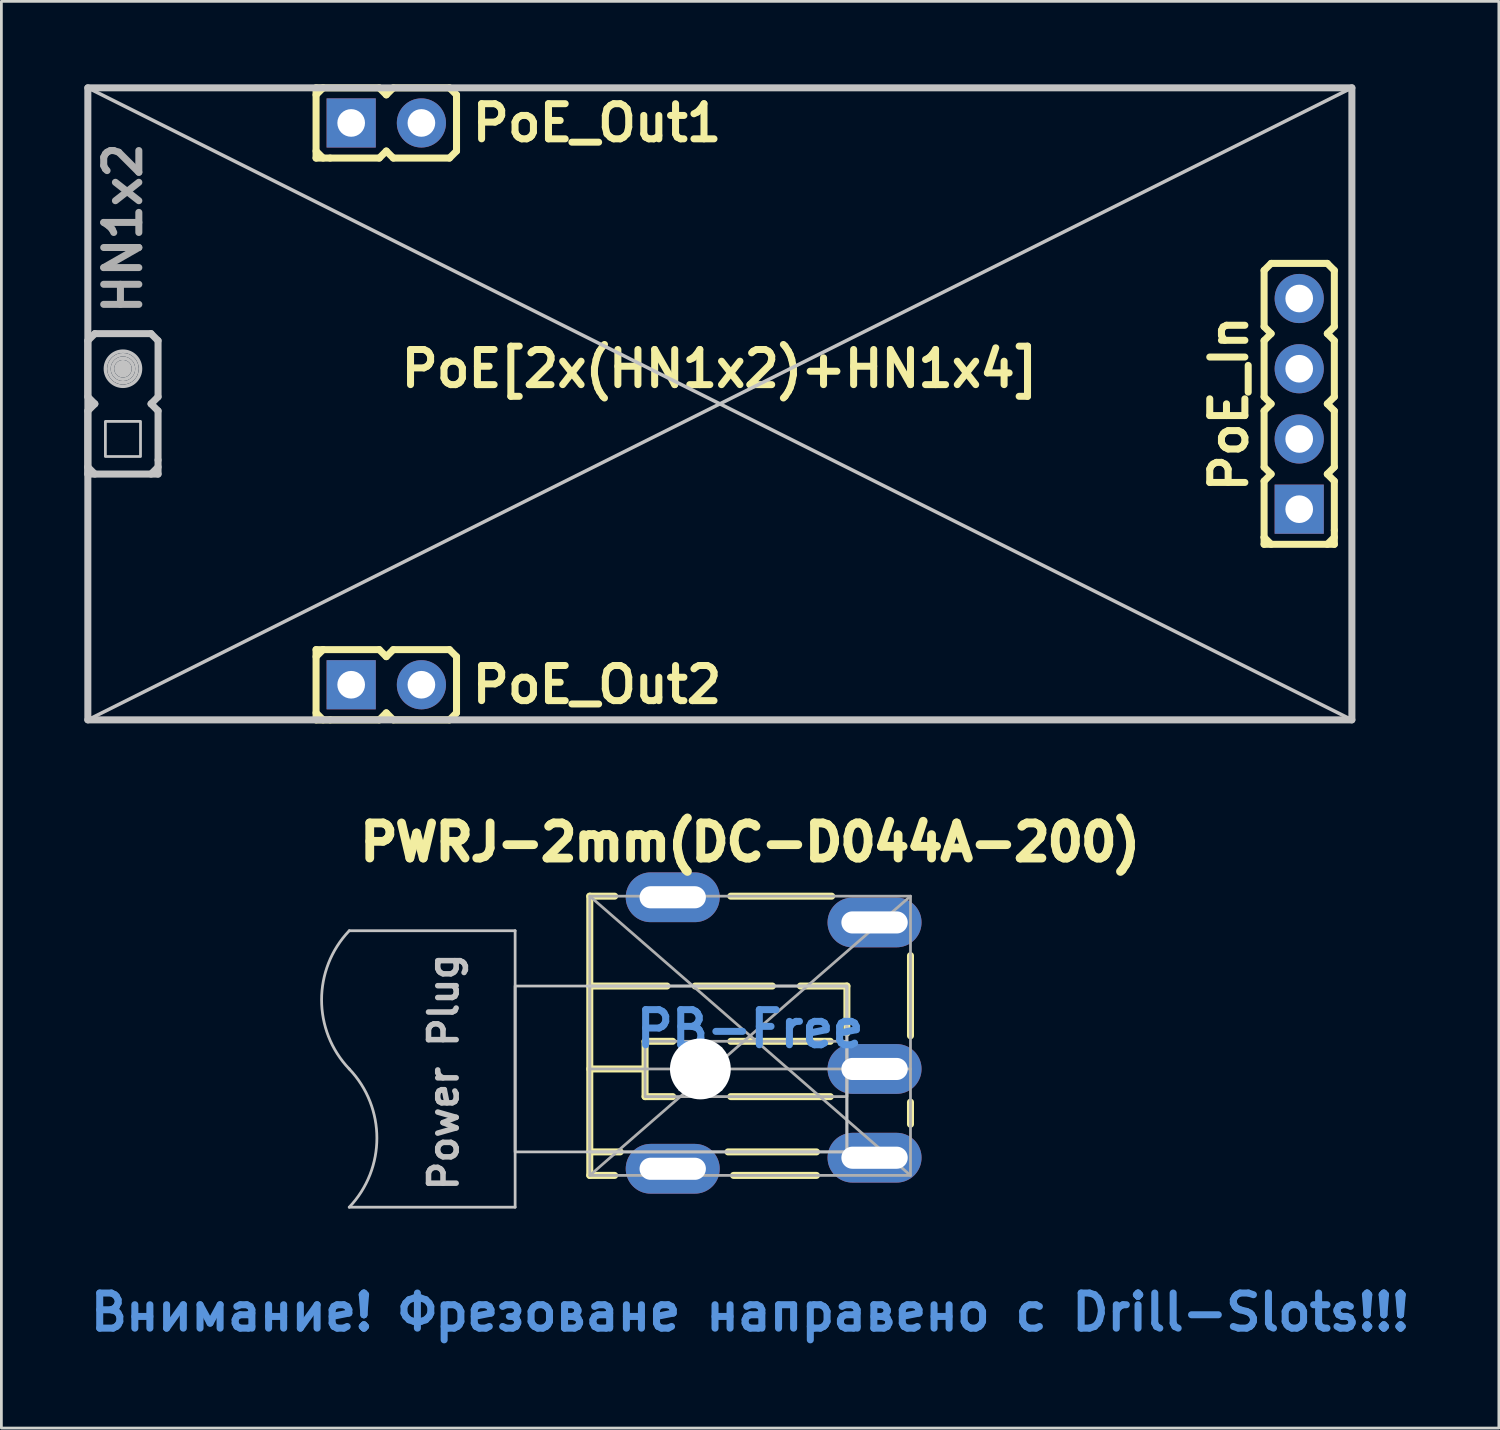
<source format=kicad_pcb>
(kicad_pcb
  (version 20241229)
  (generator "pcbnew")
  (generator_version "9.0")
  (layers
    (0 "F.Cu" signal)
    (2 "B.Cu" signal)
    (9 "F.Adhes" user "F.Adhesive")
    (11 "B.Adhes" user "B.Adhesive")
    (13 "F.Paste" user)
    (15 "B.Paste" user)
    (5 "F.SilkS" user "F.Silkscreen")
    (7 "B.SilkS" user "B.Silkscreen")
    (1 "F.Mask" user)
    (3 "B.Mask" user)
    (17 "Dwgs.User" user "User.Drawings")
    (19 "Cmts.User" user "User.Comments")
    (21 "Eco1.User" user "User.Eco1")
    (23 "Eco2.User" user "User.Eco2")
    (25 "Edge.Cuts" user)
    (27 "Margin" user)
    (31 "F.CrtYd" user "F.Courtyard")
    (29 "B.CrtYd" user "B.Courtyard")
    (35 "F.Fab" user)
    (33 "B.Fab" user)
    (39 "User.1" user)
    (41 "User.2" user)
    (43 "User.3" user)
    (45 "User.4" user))
  (footprint "PoE[2x(HN1x2)+HN1x4]"
    (layer "F.Cu")
    (at 22.987 11.557)
    (property "Reference" "PoE[2x(HN1x2)+HN1x4]" (at 0 -1.27 0) (unlocked yes) (layer "F.SilkS") (effects (font (size 1.27 1.27) (thickness 0.254))))
    (attr through_hole)
    (fp_line (start -14.605 -11.43) (end -14.605 -8.89) (stroke (width 0.254) (type solid)) (layer "F.SilkS"))
    (fp_line (start -14.605 -11.43) (end -14.351 -11.43) (stroke (width 0.254) (type solid)) (layer "F.SilkS"))
    (fp_line (start -14.605 -11.176) (end -14.351 -11.43) (stroke (width 0.254) (type solid)) (layer "F.SilkS"))
    (fp_line (start -14.605 8.89) (end -14.605 11.43) (stroke (width 0.254) (type solid)) (layer "F.SilkS"))
    (fp_line (start -14.605 8.89) (end -14.351 8.89) (stroke (width 0.254) (type solid)) (layer "F.SilkS"))
    (fp_line (start -14.605 9.144) (end -14.351 8.89) (stroke (width 0.254) (type solid)) (layer "F.SilkS"))
    (fp_line (start -14.351 -11.43) (end -12.319 -11.43) (stroke (width 0.254) (type solid)) (layer "F.SilkS"))
    (fp_line (start -14.351 -8.89) (end -14.605 -9.144) (stroke (width 0.254) (type solid)) (layer "F.SilkS"))
    (fp_line (start -14.351 8.89) (end -12.319 8.89) (stroke (width 0.254) (type solid)) (layer "F.SilkS"))
    (fp_line (start -14.351 11.43) (end -14.605 11.176) (stroke (width 0.254) (type solid)) (layer "F.SilkS"))
    (fp_line (start -14.097 -8.89) (end -14.605 -8.89) (stroke (width 0.254) (type solid)) (layer "F.SilkS"))
    (fp_line (start -14.097 11.43) (end -14.605 11.43) (stroke (width 0.254) (type solid)) (layer "F.SilkS"))
    (fp_line (start -12.319 -11.43) (end -12.065 -11.176) (stroke (width 0.254) (type solid)) (layer "F.SilkS"))
    (fp_line (start -12.319 -8.89) (end -14.097 -8.89) (stroke (width 0.254) (type solid)) (layer "F.SilkS"))
    (fp_line (start -12.319 8.89) (end -12.065 9.144) (stroke (width 0.254) (type solid)) (layer "F.SilkS"))
    (fp_line (start -12.319 11.43) (end -14.097 11.43) (stroke (width 0.254) (type solid)) (layer "F.SilkS"))
    (fp_line (start -12.065 -11.176) (end -11.811 -11.43) (stroke (width 0.254) (type solid)) (layer "F.SilkS"))
    (fp_line (start -12.065 -9.144) (end -12.319 -8.89) (stroke (width 0.254) (type solid)) (layer "F.SilkS"))
    (fp_line (start -12.065 9.144) (end -11.811 8.89) (stroke (width 0.254) (type solid)) (layer "F.SilkS"))
    (fp_line (start -12.065 11.176) (end -12.319 11.43) (stroke (width 0.254) (type solid)) (layer "F.SilkS"))
    (fp_line (start -11.811 -11.43) (end -9.779 -11.43) (stroke (width 0.254) (type solid)) (layer "F.SilkS"))
    (fp_line (start -11.811 -8.89) (end -12.065 -9.144) (stroke (width 0.254) (type solid)) (layer "F.SilkS"))
    (fp_line (start -11.811 8.89) (end -9.779 8.89) (stroke (width 0.254) (type solid)) (layer "F.SilkS"))
    (fp_line (start -11.811 11.43) (end -12.065 11.176) (stroke (width 0.254) (type solid)) (layer "F.SilkS"))
    (fp_line (start -9.779 -11.43) (end -9.525 -11.176) (stroke (width 0.254) (type solid)) (layer "F.SilkS"))
    (fp_line (start -9.779 -8.89) (end -11.811 -8.89) (stroke (width 0.254) (type solid)) (layer "F.SilkS"))
    (fp_line (start -9.779 -8.89) (end -9.525 -9.144) (stroke (width 0.254) (type solid)) (layer "F.SilkS"))
    (fp_line (start -9.779 8.89) (end -9.525 9.144) (stroke (width 0.254) (type solid)) (layer "F.SilkS"))
    (fp_line (start -9.779 11.43) (end -11.811 11.43) (stroke (width 0.254) (type solid)) (layer "F.SilkS"))
    (fp_line (start -9.779 11.43) (end -9.525 11.176) (stroke (width 0.254) (type solid)) (layer "F.SilkS"))
    (fp_line (start -9.525 -11.176) (end -9.525 -9.144) (stroke (width 0.254) (type solid)) (layer "F.SilkS"))
    (fp_line (start -9.525 9.144) (end -9.525 11.176) (stroke (width 0.254) (type solid)) (layer "F.SilkS"))
    (fp_line (start 19.685 -4.826) (end 19.939 -5.08) (stroke (width 0.254) (type solid)) (layer "F.SilkS"))
    (fp_line (start 19.685 -2.794) (end 19.685 -4.826) (stroke (width 0.254) (type solid)) (layer "F.SilkS"))
    (fp_line (start 19.685 -2.286) (end 19.939 -2.54) (stroke (width 0.254) (type solid)) (layer "F.SilkS"))
    (fp_line (start 19.685 -0.254) (end 19.685 -2.286) (stroke (width 0.254) (type solid)) (layer "F.SilkS"))
    (fp_line (start 19.685 0.254) (end 19.939 0) (stroke (width 0.254) (type solid)) (layer "F.SilkS"))
    (fp_line (start 19.685 2.286) (end 19.685 0.254) (stroke (width 0.254) (type solid)) (layer "F.SilkS"))
    (fp_line (start 19.685 2.794) (end 19.939 2.54) (stroke (width 0.254) (type solid)) (layer "F.SilkS"))
    (fp_line (start 19.685 4.826) (end 19.685 2.794) (stroke (width 0.254) (type solid)) (layer "F.SilkS"))
    (fp_line (start 19.685 5.08) (end 19.685 4.826) (stroke (width 0.254) (type solid)) (layer "F.SilkS"))
    (fp_line (start 19.685 5.08) (end 22.225 5.08) (stroke (width 0.254) (type solid)) (layer "F.SilkS"))
    (fp_line (start 19.939 -5.08) (end 21.971 -5.08) (stroke (width 0.254) (type solid)) (layer "F.SilkS"))
    (fp_line (start 19.939 -2.54) (end 19.685 -2.794) (stroke (width 0.254) (type solid)) (layer "F.SilkS"))
    (fp_line (start 19.939 0) (end 19.685 -0.254) (stroke (width 0.254) (type solid)) (layer "F.SilkS"))
    (fp_line (start 19.939 2.54) (end 19.685 2.286) (stroke (width 0.254) (type solid)) (layer "F.SilkS"))
    (fp_line (start 19.939 5.08) (end 19.685 4.826) (stroke (width 0.254) (type solid)) (layer "F.SilkS"))
    (fp_line (start 21.971 -5.08) (end 22.225 -4.826) (stroke (width 0.254) (type solid)) (layer "F.SilkS"))
    (fp_line (start 21.971 -2.54) (end 22.225 -2.286) (stroke (width 0.254) (type solid)) (layer "F.SilkS"))
    (fp_line (start 21.971 0) (end 22.225 -0.254) (stroke (width 0.254) (type solid)) (layer "F.SilkS"))
    (fp_line (start 21.971 2.54) (end 22.225 2.794) (stroke (width 0.254) (type solid)) (layer "F.SilkS"))
    (fp_line (start 22.225 -4.826) (end 22.225 -2.794) (stroke (width 0.254) (type solid)) (layer "F.SilkS"))
    (fp_line (start 22.225 -2.794) (end 21.971 -2.54) (stroke (width 0.254) (type solid)) (layer "F.SilkS"))
    (fp_line (start 22.225 -2.286) (end 22.225 -0.254) (stroke (width 0.254) (type solid)) (layer "F.SilkS"))
    (fp_line (start 22.225 0.254) (end 21.971 0) (stroke (width 0.254) (type solid)) (layer "F.SilkS"))
    (fp_line (start 22.225 0.254) (end 22.225 2.286) (stroke (width 0.254) (type solid)) (layer "F.SilkS"))
    (fp_line (start 22.225 2.286) (end 21.971 2.54) (stroke (width 0.254) (type solid)) (layer "F.SilkS"))
    (fp_line (start 22.225 2.794) (end 22.225 4.572) (stroke (width 0.254) (type solid)) (layer "F.SilkS"))
    (fp_line (start 22.225 4.572) (end 22.225 5.08) (stroke (width 0.254) (type solid)) (layer "F.SilkS"))
    (fp_line (start 22.225 4.826) (end 21.971 5.08) (stroke (width 0.254) (type solid)) (layer "F.SilkS"))
    (fp_line (start -22.86 -11.43) (end 22.86 -11.43) (stroke (width 0.254) (type solid)) (layer "Dwgs.User"))
    (fp_line (start -22.86 -11.43) (end 22.86 11.43) (stroke (width 0.127) (type solid)) (layer "Dwgs.User"))
    (fp_line (start -22.86 -2.286) (end -22.606 -2.54) (stroke (width 0.254) (type solid)) (layer "Dwgs.User"))
    (fp_line (start -22.86 -0.254) (end -22.86 -2.286) (stroke (width 0.254) (type solid)) (layer "Dwgs.User"))
    (fp_line (start -22.86 0.254) (end -22.606 0) (stroke (width 0.254) (type solid)) (layer "Dwgs.User"))
    (fp_line (start -22.86 2.286) (end -22.86 0.254) (stroke (width 0.254) (type solid)) (layer "Dwgs.User"))
    (fp_line (start -22.86 2.54) (end -22.86 2.286) (stroke (width 0.254) (type solid)) (layer "Dwgs.User"))
    (fp_line (start -22.86 2.54) (end -20.32 2.54) (stroke (width 0.254) (type solid)) (layer "Dwgs.User"))
    (fp_line (start -22.86 11.43) (end -22.86 -11.43) (stroke (width 0.254) (type solid)) (layer "Dwgs.User"))
    (fp_line (start -22.86 11.43) (end 22.86 -11.43) (stroke (width 0.127) (type solid)) (layer "Dwgs.User"))
    (fp_line (start -22.606 -2.54) (end -20.574 -2.54) (stroke (width 0.254) (type solid)) (layer "Dwgs.User"))
    (fp_line (start -22.606 0) (end -22.86 -0.254) (stroke (width 0.254) (type solid)) (layer "Dwgs.User"))
    (fp_line (start -22.606 2.54) (end -22.86 2.286) (stroke (width 0.254) (type solid)) (layer "Dwgs.User"))
    (fp_line (start -20.574 0) (end -20.32 0.254) (stroke (width 0.254) (type solid)) (layer "Dwgs.User"))
    (fp_line (start -20.32 -2.286) (end -20.574 -2.54) (stroke (width 0.254) (type solid)) (layer "Dwgs.User"))
    (fp_line (start -20.32 -2.286) (end -20.32 -0.254) (stroke (width 0.254) (type solid)) (layer "Dwgs.User"))
    (fp_line (start -20.32 -0.254) (end -20.574 0) (stroke (width 0.254) (type solid)) (layer "Dwgs.User"))
    (fp_line (start -20.32 0.254) (end -20.32 2.032) (stroke (width 0.254) (type solid)) (layer "Dwgs.User"))
    (fp_line (start -20.32 2.032) (end -20.32 2.54) (stroke (width 0.254) (type solid)) (layer "Dwgs.User"))
    (fp_line (start -20.32 2.286) (end -20.574 2.54) (stroke (width 0.254) (type solid)) (layer "Dwgs.User"))
    (fp_line (start 22.86 -11.43) (end 22.86 11.43) (stroke (width 0.254) (type solid)) (layer "Dwgs.User"))
    (fp_line (start 22.86 11.43) (end -22.86 11.43) (stroke (width 0.254) (type solid)) (layer "Dwgs.User"))
    (fp_circle (center -21.59 -1.27) (end -22.225 -1.27) (stroke (width 0.127) (type solid)) (fill no) (layer "Dwgs.User"))
    (fp_circle (center -21.59 -1.27) (end -22.098 -1.27) (stroke (width 0.127) (type solid)) (fill no) (layer "Dwgs.User"))
    (fp_circle (center -21.59 -1.27) (end -21.971 -1.27) (stroke (width 0.127) (type solid)) (fill no) (layer "Dwgs.User"))
    (fp_circle (center -21.59 -1.27) (end -21.844 -1.27) (stroke (width 0.127) (type solid)) (fill no) (layer "Dwgs.User"))
    (fp_circle (center -21.59 -1.27) (end -21.463 -1.27) (stroke (width 0.254) (type solid)) (fill no) (layer "Dwgs.User"))
    (fp_poly (pts (xy -22.225 0.635) (xy -20.955 0.635) (xy -20.955 1.905) (xy -22.225 1.905)) (stroke (width 0.1) (type solid)) (fill no) (layer "Dwgs.User"))
    (fp_text user "PoE_In" (at 18.415 0 90) (layer "F.SilkS") (effects (font (size 1.27 1.27) (thickness 0.254))))
    (fp_text user "PoE_Out2" (at -4.445 10.16 0) (layer "F.SilkS") (effects (font (size 1.27 1.27) (thickness 0.254))))
    (fp_text user "PoE_Out1" (at -4.445 -10.16 0) (layer "F.SilkS") (effects (font (size 1.27 1.27) (thickness 0.254))))
    (fp_text user "HN1x2" (at -21.59 -6.35 90) (layer "F.Fab") (effects (font (size 1.27 1.27) (thickness 0.254))))
    (pad "1" thru_hole rect (at 20.955 3.81 90) (size 1.778 1.778) (drill 1) (layers "*.Cu" "*.Mask"))
    (pad "2" thru_hole circle (at 20.955 1.27 90) (size 1.778 1.778) (drill 1) (layers "*.Cu" "*.Mask"))
    (pad "3" thru_hole circle (at 20.955 -1.27 90) (size 1.778 1.778) (drill 1) (layers "*.Cu" "*.Mask"))
    (pad "4" thru_hole circle (at 20.955 -3.81 90) (size 1.778 1.778) (drill 1) (layers "*.Cu" "*.Mask"))
    (pad "5" thru_hole rect (at -13.335 -10.16) (size 1.778 1.778) (drill 1) (layers "*.Cu" "*.Mask"))
    (pad "6" thru_hole circle (at -10.795 -10.16) (size 1.778 1.778) (drill 1) (layers "*.Cu" "*.Mask"))
    (pad "7" thru_hole rect (at -13.335 10.16) (size 1.778 1.778) (drill 1) (layers "*.Cu" "*.Mask"))
    (pad "8" thru_hole circle (at -10.795 10.16) (size 1.778 1.778) (drill 1) (layers "*.Cu" "*.Mask")))
  (footprint "PWRJ-2mm(DC-D044A-200)"
    (layer "F.Cu")
    (at 24.082 34.414)
    (property "Reference" "PWRJ-2mm(DC-D044A-200)" (at 0 -7 0) (layer "F.SilkS") (effects (font (size 1.27 1.27) (thickness 0.318) (bold yes))))
    (attr through_hole)
    (fp_line (start -5.8 -5.05) (end -5.8 5.05) (stroke (width 0.254) (type default)) (layer "F.SilkS"))
    (fp_line (start -5.8 -5.05) (end -4.9 -5.05) (stroke (width 0.254) (type default)) (layer "F.SilkS"))
    (fp_line (start -5.8 -1.8) (end 3.5 -1.8) (stroke (width 0.254) (type dash)) (layer "F.SilkS"))
    (fp_line (start -5.8 1.2) (end -3.8 1.2) (stroke (width 0.254) (type default)) (layer "F.SilkS"))
    (fp_line (start -5.8 4.2) (end -4.7 4.2) (stroke (width 0.254) (type default)) (layer "F.SilkS"))
    (fp_line (start -5.8 5.05) (end -4.9 5.05) (stroke (width 0.254) (type default)) (layer "F.SilkS"))
    (fp_line (start -3.8 0.2) (end -3.8 2.2) (stroke (width 0.254) (type default)) (layer "F.SilkS"))
    (fp_line (start -3.8 0.2) (end -2.8 0.2) (stroke (width 0.254) (type default)) (layer "F.SilkS"))
    (fp_line (start -3.8 2.2) (end -2.8 2.2) (stroke (width 0.254) (type default)) (layer "F.SilkS"))
    (fp_line (start -0.8 4.2) (end 2.4 4.2) (stroke (width 0.254) (type solid)) (layer "F.SilkS"))
    (fp_line (start -0.7 -5.05) (end 2.95 -5.05) (stroke (width 0.254) (type default)) (layer "F.SilkS"))
    (fp_line (start -0.7 0.2) (end 2.9 0.2) (stroke (width 0.254) (type default)) (layer "F.SilkS"))
    (fp_line (start -0.7 2.2) (end 2.9 2.2) (stroke (width 0.254) (type default)) (layer "F.SilkS"))
    (fp_line (start -0.6 5.05) (end 2.4 5.05) (stroke (width 0.254) (type default)) (layer "F.SilkS"))
    (fp_line (start 3.5 -1.8) (end 3.5 -0.1) (stroke (width 0.254) (type default)) (layer "F.SilkS"))
    (fp_line (start 5.8 -2.9) (end 5.8 0) (stroke (width 0.254) (type default)) (layer "F.SilkS"))
    (fp_line (start 5.8 2.4) (end 5.8 3.2) (stroke (width 0.254) (type default)) (layer "F.SilkS"))
    (fp_line (start -8.5 -3.8) (end -14.5 -3.8) (stroke (width 0.1) (type default)) (layer "Dwgs.User"))
    (fp_line (start -8.5 -3.8) (end -8.5 6.2) (stroke (width 0.1) (type default)) (layer "Dwgs.User"))
    (fp_line (start -8.5 6.2) (end -14.5 6.2) (stroke (width 0.1) (type default)) (layer "Dwgs.User"))
    (fp_rect (start 3.5 -1.8) (end -8.5 4.2) (stroke (width 0.1) (type default)) (fill no) (layer "Dwgs.User"))
    (fp_arc (start -14.5 1.2) (mid -15.5 -1.3) (end -14.5 -3.8) (stroke (width 0.1) (type default)) (layer "Dwgs.User"))
    (fp_arc (start -14.5 1.2) (mid -13.5 3.7) (end -14.5 6.2) (stroke (width 0.1) (type default)) (layer "Dwgs.User"))
    (fp_line (start -5.8 -5.05) (end 5.8 5.05) (stroke (width 0.1) (type default)) (layer "F.Fab"))
    (fp_line (start -5.8 1.2) (end 5.8 1.2) (stroke (width 0.1) (type default)) (layer "F.Fab"))
    (fp_line (start 5.8 -5.05) (end -5.8 5.05) (stroke (width 0.1) (type default)) (layer "F.Fab"))
    (fp_rect (start -5.8 -1.8) (end 3.5 4.2) (stroke (width 0.1) (type default)) (fill no) (layer "F.Fab"))
    (fp_rect (start -3.8 0.2) (end 3.5 2.2) (stroke (width 0.1) (type default)) (fill no) (layer "F.Fab"))
    (fp_rect (start -2.55 0.45) (end -1.05 1.95) (stroke (width 0.1) (type default)) (fill no) (layer "F.Fab"))
    (fp_rect (start 5.8 5.05) (end -5.8 -5.05) (stroke (width 0.1) (type default)) (fill no) (layer "F.Fab"))
    (fp_text user "Power Plug" (at -10.5 5.7 90) (unlocked yes) (layer "Dwgs.User") (effects (font (size 1 1) (thickness 0.2) (bold yes)) (justify left bottom)))
    (fp_text user "Внимание! Фрезоване направено с Drill-Slots!!!" (at 0 10 180) (layer "Cmts.User") (effects (font (size 1.27 1.27) (thickness 0.254))))
    (fp_text user "PB-Free" (at 0 -0.25 0) (layer "Cmts.User") (effects (font (size 1.27 1.27) (thickness 0.254))))
    (pad "" np_thru_hole circle (at -1.8 1.2) (size 2.2 2.2) (drill 2.2) (layers "*.Cu" "*.Mask"))
    (pad "0" thru_hole oval (at -2.8 -5.01) (size 3.4 1.8) (drill oval 2.4 0.8) (layers "*.Cu" "*.Mask"))
    (pad "0" thru_hole oval (at -2.8 4.81) (size 3.4 1.8) (drill oval 2.4 0.8) (layers "*.Cu" "*.Mask"))
    (pad "1" thru_hole oval (at 4.5 4.41) (size 3.4 1.8) (drill oval 2.4 0.8) (layers "*.Cu" "*.Mask"))
    (pad "2" thru_hole oval (at 4.5 -4.1) (size 3.4 1.8) (drill oval 2.4 0.8) (layers "*.Cu" "*.Mask"))
    (pad "3" thru_hole oval (at 4.5 1.2) (size 3.4 1.8) (drill oval 2.4 0.8) (layers "*.Cu" "*.Mask")))
  (gr_rect
    (start -3 -3)
    (end 51.163 48.603)
    (stroke (width 0.1) (type default))
    (fill no)
    (layer "Edge.Cuts")))
</source>
